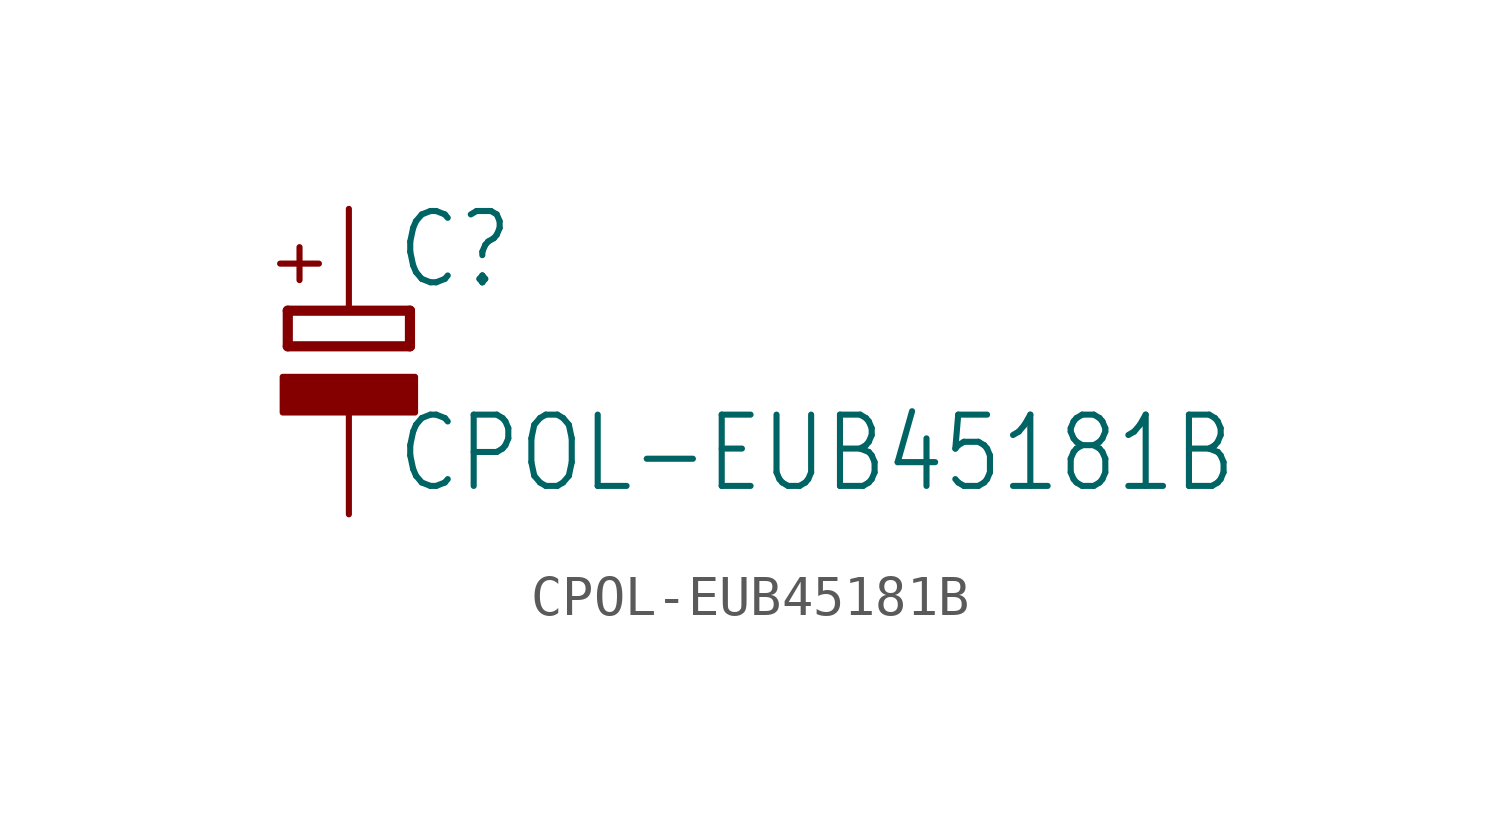
<source format=kicad_sym>
(kicad_symbol_lib
  (version 20211014)
  (generator kicad_symbol_editor)
  (symbol "CPOL-EUB45181B"
    (property "Reference" "C"
      (at 1.143 0.483 0)
      (effects (font (size 1.778 1.511)) (justify left bottom)))
    (property "Value" "CPOL-EUB45181B"
      (at 1.143 -4.597 0)
      (effects (font (size 1.778 1.511)) (justify left bottom)))
    (property "ki_locked" ""
      (at 0 0 0)
      (effects (font (size 1.27 1.27))))
    (symbol "CPOL-EUB45181B_1_0"
      (rectangle (start -1.651 -2.54) (end 1.651 -1.651) (stroke (width 0) (type default) (color 0 0 0 0)) (fill (type outline)))
      (polyline (pts (xy -1.524 -0.889) (xy 1.524 -0.889)) (stroke (width 0.254) (type default) (color 0 0 0 0)) (fill (type none)))
      (polyline (pts (xy -1.524 0) (xy -1.524 -0.889)) (stroke (width 0.254) (type default) (color 0 0 0 0)) (fill (type none)))
      (polyline (pts (xy -1.524 0) (xy 1.524 0)) (stroke (width 0.254) (type default) (color 0 0 0 0)) (fill (type none)))
      (polyline (pts (xy 1.524 -0.889) (xy 1.524 0)) (stroke (width 0.254) (type default) (color 0 0 0 0)) (fill (type none)))
      (text "+" (at -0.584 0.406 900) (effects (font (size 1.27 1.079)) (justify left bottom)))
      (pin passive line (at 0 2.54 270) (length 2.54) (name "+" (effects (font (size 0 0)))) (number "+" (effects (font (size 0 0)))))
      (pin passive line (at 0 -5.08 90) (length 2.54) (name "-" (effects (font (size 0 0)))) (number "-" (effects (font (size 0 0))))))))
</source>
